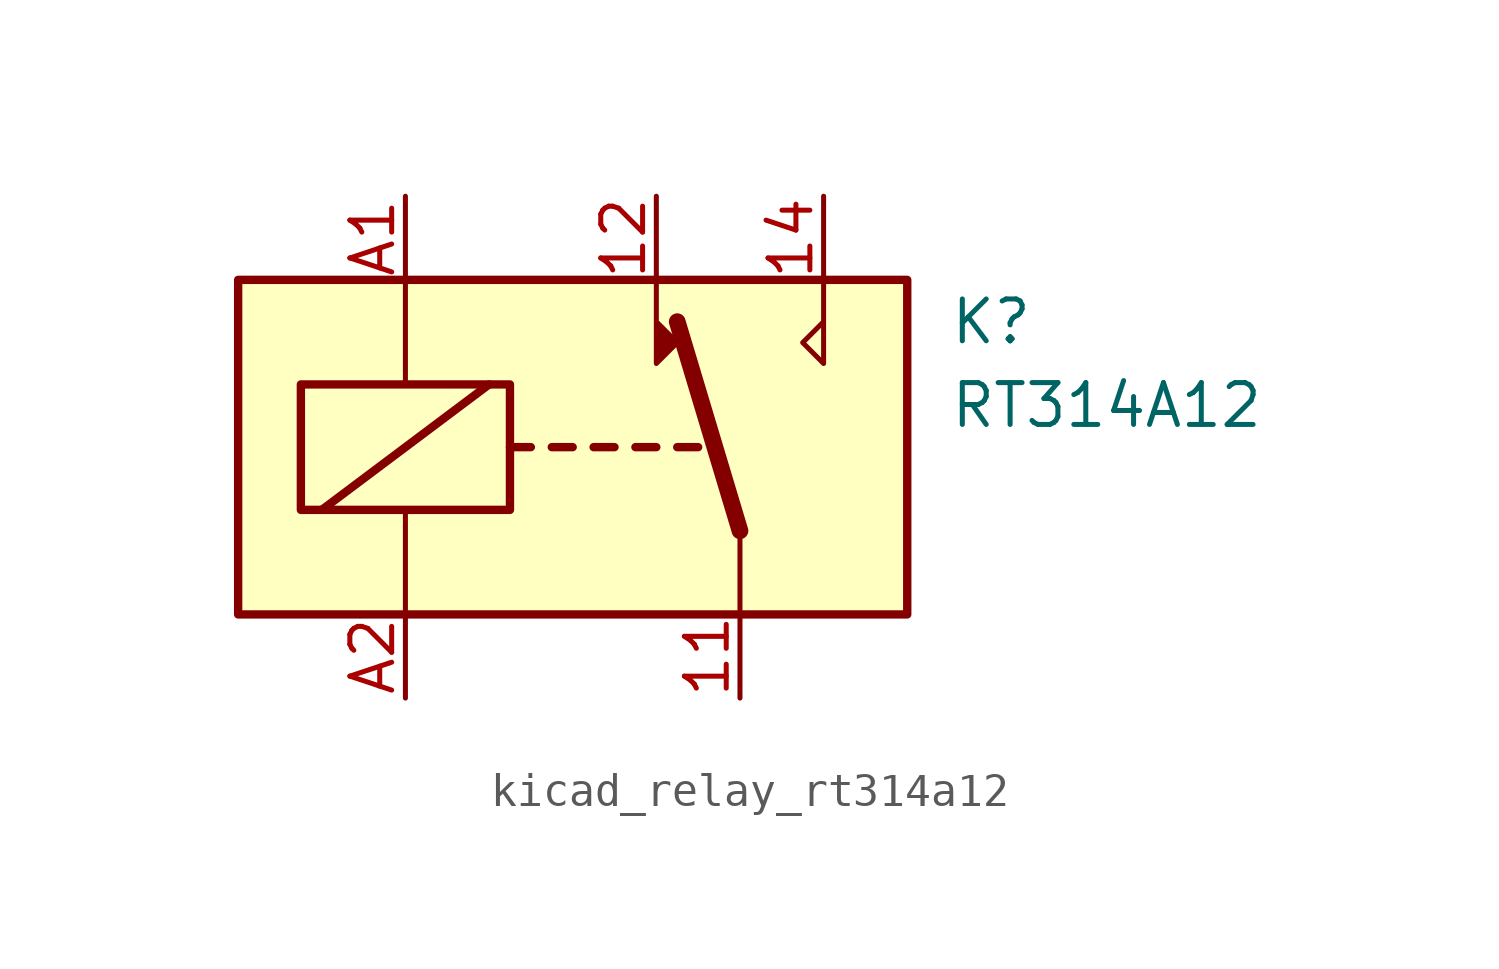
<source format=kicad_sym>
(kicad_symbol_lib
  (version 20220914)
  (generator kicad_symbol_editor)
  (symbol "kicad_relay_rt314a12"
    (property "Reference" "K"
      (at 11.43 3.81 0)
      (effects (font (size 1.27 1.27)) (justify left)))
    (property "Value" "RT314A12"
      (at 11.43 1.27 0)
      (effects (font (size 1.27 1.27)) (justify left)))
    (symbol "kicad_relay_rt314a12_0_0"
      (polyline (pts (xy -2.54 1.905) (xy -7.62 -1.905)) (stroke (width 0.254) (type default)) (fill (type none))))
    (symbol "kicad_relay_rt314a12_0_1"
      (rectangle (start -10.16 5.08) (end 10.16 -5.08) (stroke (width 0.254) (type default)) (fill (type background)))
      (rectangle (start -8.255 1.905) (end -1.905 -1.905) (stroke (width 0.254) (type default)) (fill (type none)))
      (polyline (pts (xy -5.08 -5.08) (xy -5.08 -1.905)) (stroke (width 0) (type default)) (fill (type none)))
      (polyline (pts (xy -5.08 5.08) (xy -5.08 1.905)) (stroke (width 0) (type default)) (fill (type none)))
      (polyline (pts (xy -1.905 0) (xy -1.27 0)) (stroke (width 0.254) (type default)) (fill (type none)))
      (polyline (pts (xy -0.635 0) (xy 0 0)) (stroke (width 0.254) (type default)) (fill (type none)))
      (polyline (pts (xy 0.635 0) (xy 1.27 0)) (stroke (width 0.254) (type default)) (fill (type none)))
      (polyline (pts (xy 1.905 0) (xy 2.54 0)) (stroke (width 0.254) (type default)) (fill (type none)))
      (polyline (pts (xy 3.175 0) (xy 3.81 0)) (stroke (width 0.254) (type default)) (fill (type none)))
      (polyline (pts (xy 5.08 -2.54) (xy 3.175 3.81)) (stroke (width 0.508) (type default)) (fill (type none)))
      (polyline (pts (xy 5.08 -2.54) (xy 5.08 -5.08)) (stroke (width 0) (type default)) (fill (type none)))
      (polyline (pts (xy 2.54 5.08) (xy 2.54 2.54) (xy 3.175 3.175) (xy 2.54 3.81)) (stroke (width 0) (type default)) (fill (type outline)))
      (polyline (pts (xy 7.62 5.08) (xy 7.62 2.54) (xy 6.985 3.175) (xy 7.62 3.81)) (stroke (width 0) (type default)) (fill (type none))))
    (symbol "kicad_relay_rt314a12_1_1"
      (pin passive line (at 5.08 -7.62 90) (length 2.54) (name "~" (effects (font (size 1.27 1.27)))) (number "11" (effects (font (size 1.27 1.27)))))
      (pin passive line (at 2.54 7.62 270) (length 2.54) (name "~" (effects (font (size 1.27 1.27)))) (number "12" (effects (font (size 1.27 1.27)))))
      (pin passive line (at 7.62 7.62 270) (length 2.54) (name "~" (effects (font (size 1.27 1.27)))) (number "14" (effects (font (size 1.27 1.27)))))
      (pin passive line (at -5.08 7.62 270) (length 2.54) (name "~" (effects (font (size 1.27 1.27)))) (number "A1" (effects (font (size 1.27 1.27)))))
      (pin passive line (at -5.08 -7.62 90) (length 2.54) (name "~" (effects (font (size 1.27 1.27)))) (number "A2" (effects (font (size 1.27 1.27))))))))
</source>
